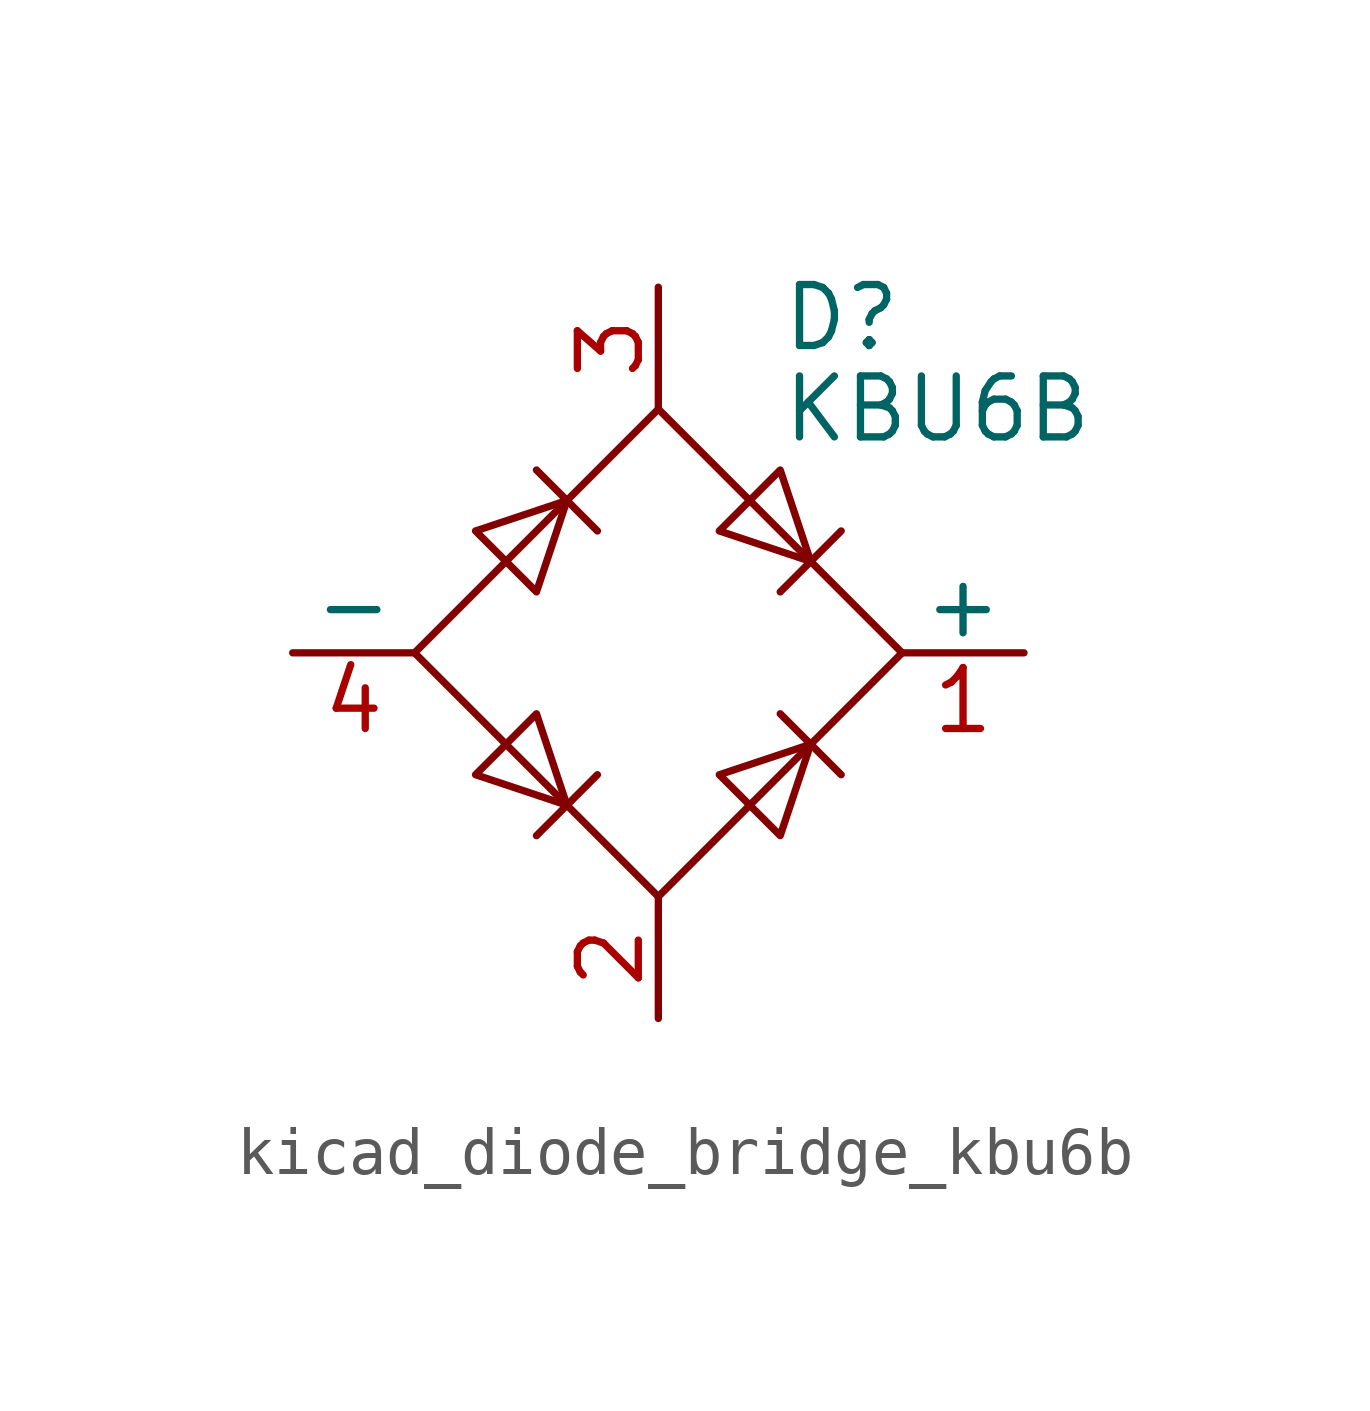
<source format=kicad_sym>
(kicad_symbol_lib
  (version 20220914)
  (generator kicad_symbol_editor)
  (symbol "kicad_diode_bridge_kbu6b"
    (pin_names
      (offset 0))
    (property "Reference" "D"
      (at 2.54 6.985 0)
      (effects (font (size 1.27 1.27)) (justify left)))
    (property "Value" "KBU6B"
      (at 2.54 5.08 0)
      (effects (font (size 1.27 1.27)) (justify left)))
    (symbol "kicad_diode_bridge_kbu6b_0_1"
      (polyline (pts (xy -2.54 3.81) (xy -1.27 2.54)) (stroke (width 0) (type default)) (fill (type none)))
      (polyline (pts (xy -1.27 -2.54) (xy -2.54 -3.81)) (stroke (width 0) (type default)) (fill (type none)))
      (polyline (pts (xy 2.54 -1.27) (xy 3.81 -2.54)) (stroke (width 0) (type default)) (fill (type none)))
      (polyline (pts (xy 2.54 1.27) (xy 3.81 2.54)) (stroke (width 0) (type default)) (fill (type none)))
      (polyline (pts (xy -3.81 2.54) (xy -2.54 1.27) (xy -1.905 3.175) (xy -3.81 2.54)) (stroke (width 0) (type default)) (fill (type none)))
      (polyline (pts (xy -2.54 -1.27) (xy -3.81 -2.54) (xy -1.905 -3.175) (xy -2.54 -1.27)) (stroke (width 0) (type default)) (fill (type none)))
      (polyline (pts (xy 1.27 2.54) (xy 2.54 3.81) (xy 3.175 1.905) (xy 1.27 2.54)) (stroke (width 0) (type default)) (fill (type none)))
      (polyline (pts (xy 3.175 -1.905) (xy 1.27 -2.54) (xy 2.54 -3.81) (xy 3.175 -1.905)) (stroke (width 0) (type default)) (fill (type none)))
      (polyline (pts (xy -5.08 0) (xy 0 -5.08) (xy 5.08 0) (xy 0 5.08) (xy -5.08 0)) (stroke (width 0) (type default)) (fill (type none))))
    (symbol "kicad_diode_bridge_kbu6b_1_1"
      (pin passive line (at 7.62 0 180) (length 2.54) (name "+" (effects (font (size 1.27 1.27)))) (number "1" (effects (font (size 1.27 1.27)))))
      (pin passive line (at 0 -7.62 90) (length 2.54) (name "~" (effects (font (size 1.27 1.27)))) (number "2" (effects (font (size 1.27 1.27)))))
      (pin passive line (at 0 7.62 270) (length 2.54) (name "~" (effects (font (size 1.27 1.27)))) (number "3" (effects (font (size 1.27 1.27)))))
      (pin passive line (at -7.62 0 0) (length 2.54) (name "-" (effects (font (size 1.27 1.27)))) (number "4" (effects (font (size 1.27 1.27))))))))
</source>
